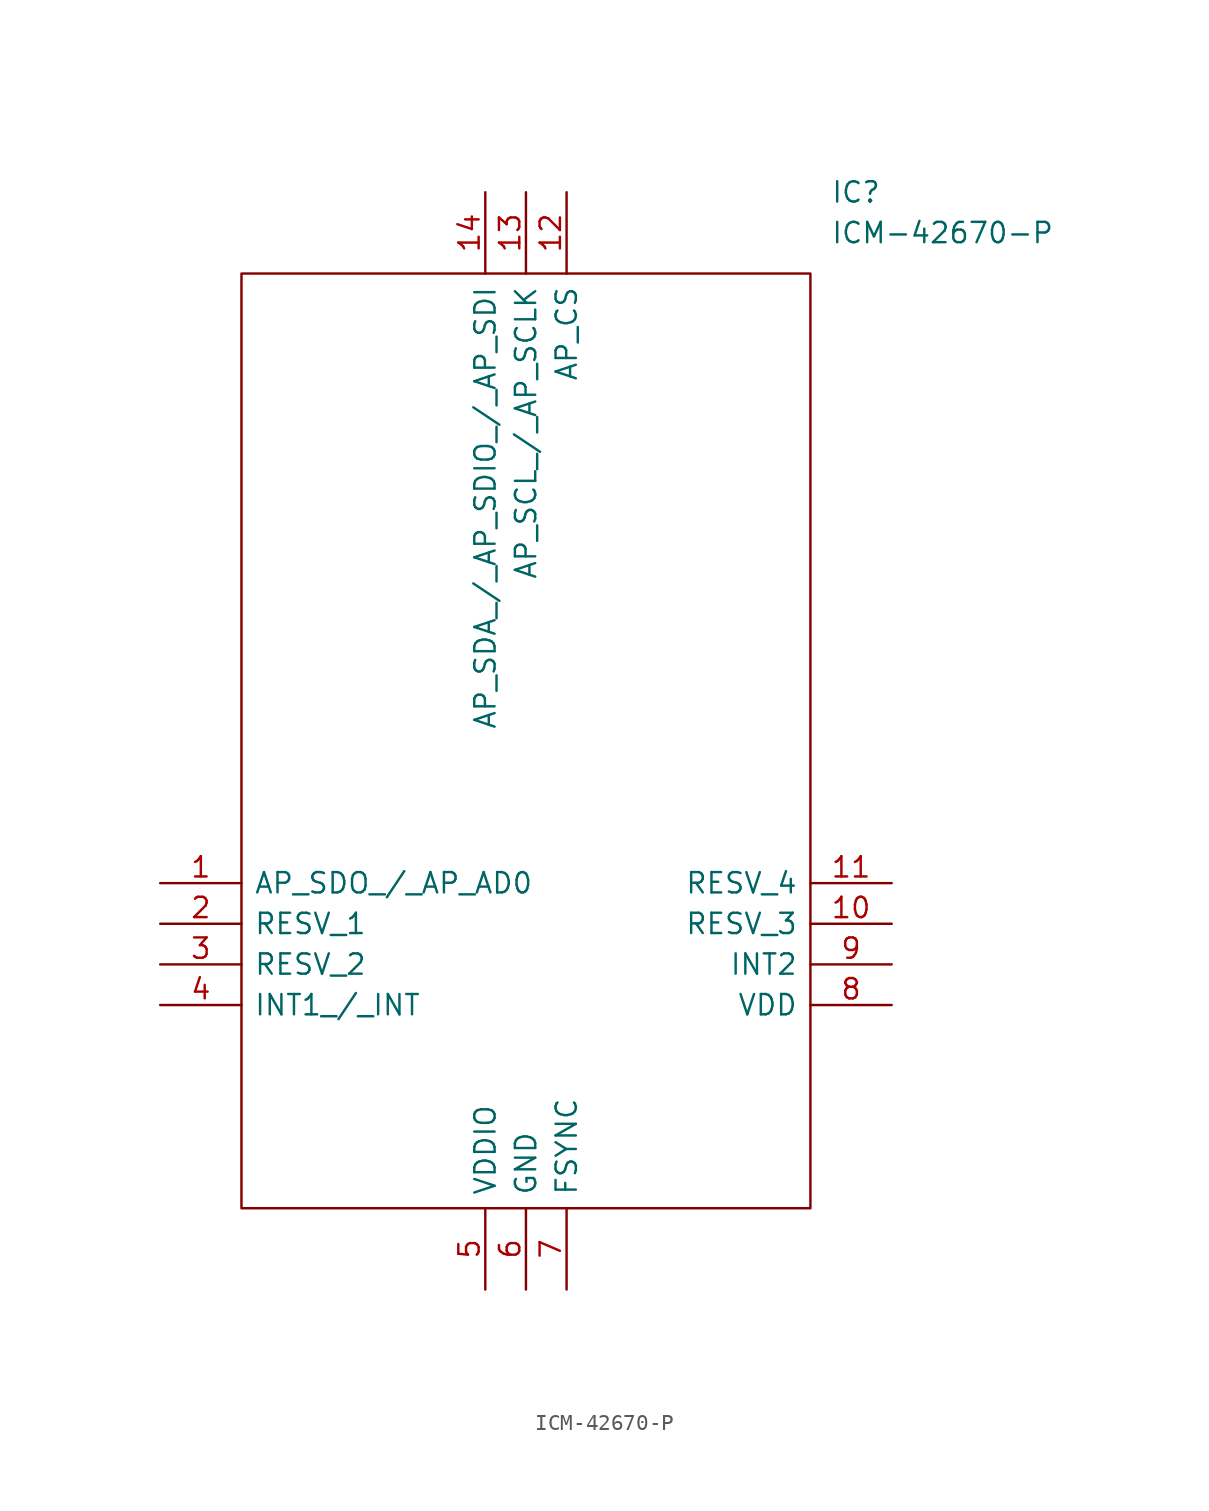
<source format=kicad_sym>
(kicad_symbol_lib
  (version 20211014)
  (generator kicad_symbol_editor)
  (symbol "ICM-42670-P"
    (pin_names
      (offset 0.762))
    (property "Reference" "IC"
      (at 41.91 43.18 0)
      (effects (font (size 1.27 1.27)) (justify left)))
    (property "Value" "ICM-42670-P"
      (at 41.91 40.64 0)
      (effects (font (size 1.27 1.27)) (justify left)))
    (symbol "ICM-42670-P_0_0"
      (pin passive line (at 0 0 0) (length 5.08) (name "AP_SDO_/_AP_AD0" (effects (font (size 1.27 1.27)))) (number "1" (effects (font (size 1.27 1.27)))))
      (pin passive line (at 45.72 -2.54 180) (length 5.08) (name "RESV_3" (effects (font (size 1.27 1.27)))) (number "10" (effects (font (size 1.27 1.27)))))
      (pin passive line (at 45.72 0 180) (length 5.08) (name "RESV_4" (effects (font (size 1.27 1.27)))) (number "11" (effects (font (size 1.27 1.27)))))
      (pin passive line (at 25.4 43.18 270) (length 5.08) (name "AP_CS" (effects (font (size 1.27 1.27)))) (number "12" (effects (font (size 1.27 1.27)))))
      (pin passive line (at 22.86 43.18 270) (length 5.08) (name "AP_SCL_/_AP_SCLK" (effects (font (size 1.27 1.27)))) (number "13" (effects (font (size 1.27 1.27)))))
      (pin passive line (at 20.32 43.18 270) (length 5.08) (name "AP_SDA_/_AP_SDIO_/_AP_SDI" (effects (font (size 1.27 1.27)))) (number "14" (effects (font (size 1.27 1.27)))))
      (pin passive line (at 0 -2.54 0) (length 5.08) (name "RESV_1" (effects (font (size 1.27 1.27)))) (number "2" (effects (font (size 1.27 1.27)))))
      (pin passive line (at 0 -5.08 0) (length 5.08) (name "RESV_2" (effects (font (size 1.27 1.27)))) (number "3" (effects (font (size 1.27 1.27)))))
      (pin passive line (at 0 -7.62 0) (length 5.08) (name "INT1_/_INT" (effects (font (size 1.27 1.27)))) (number "4" (effects (font (size 1.27 1.27)))))
      (pin passive line (at 20.32 -25.4 90) (length 5.08) (name "VDDIO" (effects (font (size 1.27 1.27)))) (number "5" (effects (font (size 1.27 1.27)))))
      (pin passive line (at 22.86 -25.4 90) (length 5.08) (name "GND" (effects (font (size 1.27 1.27)))) (number "6" (effects (font (size 1.27 1.27)))))
      (pin passive line (at 25.4 -25.4 90) (length 5.08) (name "FSYNC" (effects (font (size 1.27 1.27)))) (number "7" (effects (font (size 1.27 1.27)))))
      (pin passive line (at 45.72 -7.62 180) (length 5.08) (name "VDD" (effects (font (size 1.27 1.27)))) (number "8" (effects (font (size 1.27 1.27)))))
      (pin passive line (at 45.72 -5.08 180) (length 5.08) (name "INT2" (effects (font (size 1.27 1.27)))) (number "9" (effects (font (size 1.27 1.27))))))
    (symbol "ICM-42670-P_0_1"
      (polyline (pts (xy 5.08 38.1) (xy 40.64 38.1) (xy 40.64 -20.32) (xy 5.08 -20.32) (xy 5.08 38.1)) (stroke (width 0.152) (type default) (color 0 0 0 0)) (fill (type none))))))
</source>
